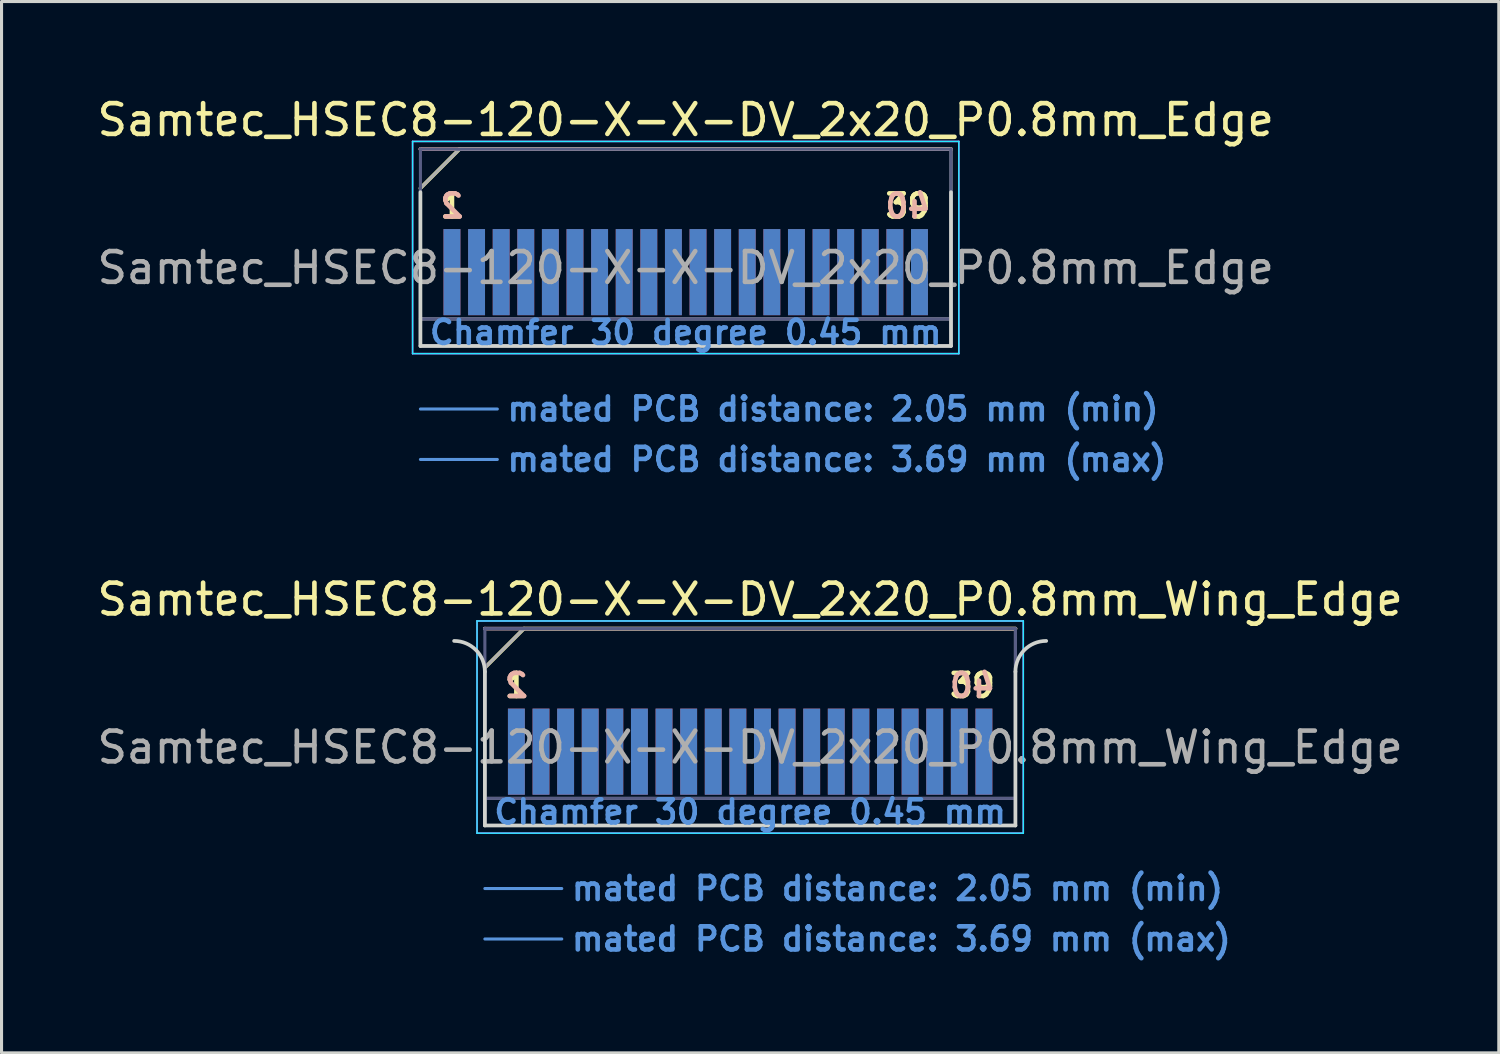
<source format=kicad_pcb>
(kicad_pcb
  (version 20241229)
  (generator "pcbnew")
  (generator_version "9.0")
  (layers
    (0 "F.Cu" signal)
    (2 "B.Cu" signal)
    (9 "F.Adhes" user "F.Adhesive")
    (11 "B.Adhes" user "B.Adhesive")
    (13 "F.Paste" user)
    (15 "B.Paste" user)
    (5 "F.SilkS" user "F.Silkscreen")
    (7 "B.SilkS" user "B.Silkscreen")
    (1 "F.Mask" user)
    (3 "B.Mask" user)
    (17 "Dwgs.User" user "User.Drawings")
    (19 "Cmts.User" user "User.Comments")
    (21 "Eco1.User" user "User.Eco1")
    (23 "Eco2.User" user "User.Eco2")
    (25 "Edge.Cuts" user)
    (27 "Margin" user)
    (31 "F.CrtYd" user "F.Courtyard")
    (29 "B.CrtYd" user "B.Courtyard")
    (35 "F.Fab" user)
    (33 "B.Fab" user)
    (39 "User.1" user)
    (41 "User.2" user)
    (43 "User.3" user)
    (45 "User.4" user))
  (footprint "Samtec_HSEC8-120-X-X-DV_2x20_P0.8mm_Wing_Edge"
    (layer "F.Cu")
    (at 21.339 23.788)
    (property "Reference" "Samtec_HSEC8-120-X-X-DV_2x20_P0.8mm_Wing_Edge" (at 0 -7.35 0) (layer "F.SilkS") (effects (font (size 1 1) (thickness 0.15))))
    (attr exclude_from_pos_files exclude_from_bom)
    (fp_line (start -8.625 -5.13) (end -7.355 -6.4) (stroke (width 0.12) (type solid)) (layer "F.SilkS"))
    (fp_line (start -7.355 -6.4) (end 8.625 -6.4) (stroke (width 0.12) (type solid)) (layer "F.SilkS"))
    (fp_line (start -8.625 -6.4) (end -8.625 -6.4) (stroke (width 0.12) (type solid)) (layer "B.SilkS"))
    (fp_line (start -8.625 -6.4) (end 8.625 -6.4) (stroke (width 0.12) (type solid)) (layer "B.SilkS"))
    (fp_line (start -8.625 2.05) (end -6.125 2.05) (stroke (width 0.1) (type solid)) (layer "Cmts.User"))
    (fp_line (start -8.625 3.69) (end -6.125 3.69) (stroke (width 0.1) (type solid)) (layer "Cmts.User"))
    (fp_line (start -8.625 -5) (end -8.625 0) (stroke (width 0.12) (type solid)) (layer "Edge.Cuts"))
    (fp_line (start -8.625 0) (end 8.625 0) (stroke (width 0.12) (type solid)) (layer "Edge.Cuts"))
    (fp_line (start 8.625 0) (end 8.625 -5) (stroke (width 0.12) (type solid)) (layer "Edge.Cuts"))
    (fp_arc (start -9.625 -6) (mid -8.917893 -5.707107) (end -8.625 -5) (stroke (width 0.12) (type solid)) (layer "Edge.Cuts"))
    (fp_arc (start 8.625 -5) (mid 8.917893 -5.707107) (end 9.625 -6) (stroke (width 0.12) (type solid)) (layer "Edge.Cuts"))
    (fp_line (start -8.88 -6.65) (end -8.88 0.25) (stroke (width 0.05) (type solid)) (layer "B.CrtYd"))
    (fp_line (start -8.88 0.25) (end 8.88 0.25) (stroke (width 0.05) (type solid)) (layer "B.CrtYd"))
    (fp_line (start 8.88 -6.65) (end -8.88 -6.65) (stroke (width 0.05) (type solid)) (layer "B.CrtYd"))
    (fp_line (start 8.88 0.25) (end 8.88 -6.65) (stroke (width 0.05) (type solid)) (layer "B.CrtYd"))
    (fp_line (start -8.88 -6.65) (end -8.88 0.25) (stroke (width 0.05) (type solid)) (layer "F.CrtYd"))
    (fp_line (start -8.88 0.25) (end 8.88 0.25) (stroke (width 0.05) (type solid)) (layer "F.CrtYd"))
    (fp_line (start 8.88 -6.65) (end -8.88 -6.65) (stroke (width 0.05) (type solid)) (layer "F.CrtYd"))
    (fp_line (start 8.88 0.25) (end 8.88 -6.65) (stroke (width 0.05) (type solid)) (layer "F.CrtYd"))
    (fp_line (start -8.625 -6.4) (end -8.625 -6.4) (stroke (width 0.1) (type solid)) (layer "B.Fab"))
    (fp_line (start -8.625 -6.4) (end -8.625 0) (stroke (width 0.1) (type solid)) (layer "B.Fab"))
    (fp_line (start -8.625 -6.4) (end 8.625 -6.4) (stroke (width 0.1) (type solid)) (layer "B.Fab"))
    (fp_line (start -8.625 -0.88) (end 8.625 -0.88) (stroke (width 0.1) (type solid)) (layer "B.Fab"))
    (fp_line (start -8.625 0) (end 8.625 0) (stroke (width 0.1) (type solid)) (layer "B.Fab"))
    (fp_line (start 8.625 -6.4) (end 8.625 0) (stroke (width 0.1) (type solid)) (layer "B.Fab"))
    (fp_line (start -8.625 -5.13) (end -8.625 0) (stroke (width 0.1) (type solid)) (layer "F.Fab"))
    (fp_line (start -8.625 -5.13) (end -7.355 -6.4) (stroke (width 0.1) (type solid)) (layer "F.Fab"))
    (fp_line (start -8.625 -0.88) (end 8.625 -0.88) (stroke (width 0.1) (type solid)) (layer "F.Fab"))
    (fp_line (start -8.625 0) (end 8.625 0) (stroke (width 0.1) (type solid)) (layer "F.Fab"))
    (fp_line (start -7.355 -6.4) (end 8.625 -6.4) (stroke (width 0.1) (type solid)) (layer "F.Fab"))
    (fp_line (start 8.625 -6.4) (end 8.625 0) (stroke (width 0.1) (type solid)) (layer "F.Fab"))
    (fp_text user "39" (at 7.225 -4.55 0) (layer "F.SilkS") (effects (font (size 0.75 0.75) (thickness 0.15))))
    (fp_text user "1" (at -7.6 -4.55 0) (layer "F.SilkS") (effects (font (size 0.75 0.75) (thickness 0.15))))
    (fp_text user "40" (at 7.225 -4.55 0) (layer "B.SilkS") (effects (font (size 0.75 0.75) (thickness 0.15)) (justify mirror)))
    (fp_text user "2" (at -7.6 -4.55 0) (layer "B.SilkS") (effects (font (size 0.75 0.75) (thickness 0.15)) (justify mirror)))
    (fp_text user "mated PCB distance: 3.69 mm (max)" (at -5.88 3.69 0) (layer "Cmts.User") (effects (font (size 0.75 0.75) (thickness 0.15)) (justify left)))
    (fp_text user "mated PCB distance: 2.05 mm (min)" (at -5.88 2.05 0) (layer "Cmts.User") (effects (font (size 0.75 0.75) (thickness 0.15)) (justify left)))
    (fp_text user "Chamfer 30 degree 0.45 mm" (at 0 -0.44 0) (layer "Cmts.User") (effects (font (size 0.75 0.75) (thickness 0.15))))
    (fp_text user "${REFERENCE}" (at 0 -2.54 0) (layer "F.Fab") (effects (font (size 1 1) (thickness 0.15))))
    (pad "1" connect rect (at -7.6 -2.4) (size 0.55 2.8) (layers "F.Cu" "F.Mask"))
    (pad "2" connect rect (at -7.6 -2.4) (size 0.55 2.8) (layers "B.Cu" "B.Mask"))
    (pad "3" connect rect (at -6.8 -2.4) (size 0.55 2.8) (layers "F.Cu" "F.Mask"))
    (pad "4" connect rect (at -6.8 -2.4) (size 0.55 2.8) (layers "B.Cu" "B.Mask"))
    (pad "5" connect rect (at -6 -2.4) (size 0.55 2.8) (layers "F.Cu" "F.Mask"))
    (pad "6" connect rect (at -6 -2.4) (size 0.55 2.8) (layers "B.Cu" "B.Mask"))
    (pad "7" connect rect (at -5.2 -2.4) (size 0.55 2.8) (layers "F.Cu" "F.Mask"))
    (pad "8" connect rect (at -5.2 -2.4) (size 0.55 2.8) (layers "B.Cu" "B.Mask"))
    (pad "9" connect rect (at -4.4 -2.4) (size 0.55 2.8) (layers "F.Cu" "F.Mask"))
    (pad "10" connect rect (at -4.4 -2.4) (size 0.55 2.8) (layers "B.Cu" "B.Mask"))
    (pad "11" connect rect (at -3.6 -2.4) (size 0.55 2.8) (layers "F.Cu" "F.Mask"))
    (pad "12" connect rect (at -3.6 -2.4) (size 0.55 2.8) (layers "B.Cu" "B.Mask"))
    (pad "13" connect rect (at -2.8 -2.4) (size 0.55 2.8) (layers "F.Cu" "F.Mask"))
    (pad "14" connect rect (at -2.8 -2.4) (size 0.55 2.8) (layers "B.Cu" "B.Mask"))
    (pad "15" connect rect (at -2 -2.4) (size 0.55 2.8) (layers "F.Cu" "F.Mask"))
    (pad "16" connect rect (at -2 -2.4) (size 0.55 2.8) (layers "B.Cu" "B.Mask"))
    (pad "17" connect rect (at -1.2 -2.4) (size 0.55 2.8) (layers "F.Cu" "F.Mask"))
    (pad "18" connect rect (at -1.2 -2.4) (size 0.55 2.8) (layers "B.Cu" "B.Mask"))
    (pad "19" connect rect (at -0.4 -2.4) (size 0.55 2.8) (layers "F.Cu" "F.Mask"))
    (pad "20" connect rect (at -0.4 -2.4) (size 0.55 2.8) (layers "B.Cu" "B.Mask"))
    (pad "21" connect rect (at 0.4 -2.4) (size 0.55 2.8) (layers "F.Cu" "F.Mask"))
    (pad "22" connect rect (at 0.4 -2.4) (size 0.55 2.8) (layers "B.Cu" "B.Mask"))
    (pad "23" connect rect (at 1.2 -2.4) (size 0.55 2.8) (layers "F.Cu" "F.Mask"))
    (pad "24" connect rect (at 1.2 -2.4) (size 0.55 2.8) (layers "B.Cu" "B.Mask"))
    (pad "25" connect rect (at 2 -2.4) (size 0.55 2.8) (layers "F.Cu" "F.Mask"))
    (pad "26" connect rect (at 2 -2.4) (size 0.55 2.8) (layers "B.Cu" "B.Mask"))
    (pad "27" connect rect (at 2.8 -2.4) (size 0.55 2.8) (layers "F.Cu" "F.Mask"))
    (pad "28" connect rect (at 2.8 -2.4) (size 0.55 2.8) (layers "B.Cu" "B.Mask"))
    (pad "29" connect rect (at 3.6 -2.4) (size 0.55 2.8) (layers "F.Cu" "F.Mask"))
    (pad "30" connect rect (at 3.6 -2.4) (size 0.55 2.8) (layers "B.Cu" "B.Mask"))
    (pad "31" connect rect (at 4.4 -2.4) (size 0.55 2.8) (layers "F.Cu" "F.Mask"))
    (pad "32" connect rect (at 4.4 -2.4) (size 0.55 2.8) (layers "B.Cu" "B.Mask"))
    (pad "33" connect rect (at 5.2 -2.4) (size 0.55 2.8) (layers "F.Cu" "F.Mask"))
    (pad "34" connect rect (at 5.2 -2.4) (size 0.55 2.8) (layers "B.Cu" "B.Mask"))
    (pad "35" connect rect (at 6 -2.4) (size 0.55 2.8) (layers "F.Cu" "F.Mask"))
    (pad "36" connect rect (at 6 -2.4) (size 0.55 2.8) (layers "B.Cu" "B.Mask"))
    (pad "37" connect rect (at 6.8 -2.4) (size 0.55 2.8) (layers "F.Cu" "F.Mask"))
    (pad "38" connect rect (at 6.8 -2.4) (size 0.55 2.8) (layers "B.Cu" "B.Mask"))
    (pad "39" connect rect (at 7.6 -2.4) (size 0.55 2.8) (layers "F.Cu" "F.Mask"))
    (pad "40" connect rect (at 7.6 -2.4) (size 0.55 2.8) (layers "B.Cu" "B.Mask")))
  (footprint "Samtec_HSEC8-120-X-X-DV_2x20_P0.8mm_Edge"
    (layer "F.Cu")
    (at 19.244 8.198)
    (property "Reference" "Samtec_HSEC8-120-X-X-DV_2x20_P0.8mm_Edge" (at 0 -7.35 0) (layer "F.SilkS") (effects (font (size 1 1) (thickness 0.15))))
    (attr exclude_from_pos_files exclude_from_bom)
    (fp_line (start -8.625 -5.13) (end -7.355 -6.4) (stroke (width 0.12) (type solid)) (layer "F.SilkS"))
    (fp_line (start -7.355 -6.4) (end 8.625 -6.4) (stroke (width 0.12) (type solid)) (layer "F.SilkS"))
    (fp_line (start -8.625 -6.4) (end -8.625 -6.4) (stroke (width 0.12) (type solid)) (layer "B.SilkS"))
    (fp_line (start -8.625 -6.4) (end 8.625 -6.4) (stroke (width 0.12) (type solid)) (layer "B.SilkS"))
    (fp_line (start -8.625 2.05) (end -6.125 2.05) (stroke (width 0.1) (type solid)) (layer "Cmts.User"))
    (fp_line (start -8.625 3.69) (end -6.125 3.69) (stroke (width 0.1) (type solid)) (layer "Cmts.User"))
    (fp_line (start -8.625 -5) (end -8.625 0) (stroke (width 0.12) (type solid)) (layer "Edge.Cuts"))
    (fp_line (start -8.625 0) (end 8.625 0) (stroke (width 0.12) (type solid)) (layer "Edge.Cuts"))
    (fp_line (start 8.625 0) (end 8.625 -5) (stroke (width 0.12) (type solid)) (layer "Edge.Cuts"))
    (fp_line (start -8.88 -6.65) (end -8.88 0.25) (stroke (width 0.05) (type solid)) (layer "B.CrtYd"))
    (fp_line (start -8.88 0.25) (end 8.88 0.25) (stroke (width 0.05) (type solid)) (layer "B.CrtYd"))
    (fp_line (start 8.88 -6.65) (end -8.88 -6.65) (stroke (width 0.05) (type solid)) (layer "B.CrtYd"))
    (fp_line (start 8.88 0.25) (end 8.88 -6.65) (stroke (width 0.05) (type solid)) (layer "B.CrtYd"))
    (fp_line (start -8.88 -6.65) (end -8.88 0.25) (stroke (width 0.05) (type solid)) (layer "F.CrtYd"))
    (fp_line (start -8.88 0.25) (end 8.88 0.25) (stroke (width 0.05) (type solid)) (layer "F.CrtYd"))
    (fp_line (start 8.88 -6.65) (end -8.88 -6.65) (stroke (width 0.05) (type solid)) (layer "F.CrtYd"))
    (fp_line (start 8.88 0.25) (end 8.88 -6.65) (stroke (width 0.05) (type solid)) (layer "F.CrtYd"))
    (fp_line (start -8.625 -6.4) (end -8.625 -6.4) (stroke (width 0.1) (type solid)) (layer "B.Fab"))
    (fp_line (start -8.625 -6.4) (end -8.625 0) (stroke (width 0.1) (type solid)) (layer "B.Fab"))
    (fp_line (start -8.625 -6.4) (end 8.625 -6.4) (stroke (width 0.1) (type solid)) (layer "B.Fab"))
    (fp_line (start -8.625 -0.88) (end 8.625 -0.88) (stroke (width 0.1) (type solid)) (layer "B.Fab"))
    (fp_line (start -8.625 0) (end 8.625 0) (stroke (width 0.1) (type solid)) (layer "B.Fab"))
    (fp_line (start 8.625 -6.4) (end 8.625 0) (stroke (width 0.1) (type solid)) (layer "B.Fab"))
    (fp_line (start -8.625 -5.13) (end -8.625 0) (stroke (width 0.1) (type solid)) (layer "F.Fab"))
    (fp_line (start -8.625 -5.13) (end -7.355 -6.4) (stroke (width 0.1) (type solid)) (layer "F.Fab"))
    (fp_line (start -8.625 -0.88) (end 8.625 -0.88) (stroke (width 0.1) (type solid)) (layer "F.Fab"))
    (fp_line (start -8.625 0) (end 8.625 0) (stroke (width 0.1) (type solid)) (layer "F.Fab"))
    (fp_line (start -7.355 -6.4) (end 8.625 -6.4) (stroke (width 0.1) (type solid)) (layer "F.Fab"))
    (fp_line (start 8.625 -6.4) (end 8.625 0) (stroke (width 0.1) (type solid)) (layer "F.Fab"))
    (fp_text user "39" (at 7.225 -4.55 0) (layer "F.SilkS") (effects (font (size 0.75 0.75) (thickness 0.15))))
    (fp_text user "1" (at -7.6 -4.55 0) (layer "F.SilkS") (effects (font (size 0.75 0.75) (thickness 0.15))))
    (fp_text user "40" (at 7.225 -4.55 0) (layer "B.SilkS") (effects (font (size 0.75 0.75) (thickness 0.15)) (justify mirror)))
    (fp_text user "2" (at -7.6 -4.55 0) (layer "B.SilkS") (effects (font (size 0.75 0.75) (thickness 0.15)) (justify mirror)))
    (fp_text user "mated PCB distance: 2.05 mm (min)" (at -5.88 2.05 0) (layer "Cmts.User") (effects (font (size 0.75 0.75) (thickness 0.15)) (justify left)))
    (fp_text user "mated PCB distance: 3.69 mm (max)" (at -5.88 3.69 0) (layer "Cmts.User") (effects (font (size 0.75 0.75) (thickness 0.15)) (justify left)))
    (fp_text user "Chamfer 30 degree 0.45 mm" (at 0 -0.44 0) (layer "Cmts.User") (effects (font (size 0.75 0.75) (thickness 0.15))))
    (fp_text user "${REFERENCE}" (at 0 -2.54 0) (layer "F.Fab") (effects (font (size 1 1) (thickness 0.15))))
    (pad "1" connect rect (at -7.6 -2.4) (size 0.55 2.8) (layers "F.Cu" "F.Mask"))
    (pad "2" connect rect (at -7.6 -2.4) (size 0.55 2.8) (layers "B.Cu" "B.Mask"))
    (pad "3" connect rect (at -6.8 -2.4) (size 0.55 2.8) (layers "F.Cu" "F.Mask"))
    (pad "4" connect rect (at -6.8 -2.4) (size 0.55 2.8) (layers "B.Cu" "B.Mask"))
    (pad "5" connect rect (at -6 -2.4) (size 0.55 2.8) (layers "F.Cu" "F.Mask"))
    (pad "6" connect rect (at -6 -2.4) (size 0.55 2.8) (layers "B.Cu" "B.Mask"))
    (pad "7" connect rect (at -5.2 -2.4) (size 0.55 2.8) (layers "F.Cu" "F.Mask"))
    (pad "8" connect rect (at -5.2 -2.4) (size 0.55 2.8) (layers "B.Cu" "B.Mask"))
    (pad "9" connect rect (at -4.4 -2.4) (size 0.55 2.8) (layers "F.Cu" "F.Mask"))
    (pad "10" connect rect (at -4.4 -2.4) (size 0.55 2.8) (layers "B.Cu" "B.Mask"))
    (pad "11" connect rect (at -3.6 -2.4) (size 0.55 2.8) (layers "F.Cu" "F.Mask"))
    (pad "12" connect rect (at -3.6 -2.4) (size 0.55 2.8) (layers "B.Cu" "B.Mask"))
    (pad "13" connect rect (at -2.8 -2.4) (size 0.55 2.8) (layers "F.Cu" "F.Mask"))
    (pad "14" connect rect (at -2.8 -2.4) (size 0.55 2.8) (layers "B.Cu" "B.Mask"))
    (pad "15" connect rect (at -2 -2.4) (size 0.55 2.8) (layers "F.Cu" "F.Mask"))
    (pad "16" connect rect (at -2 -2.4) (size 0.55 2.8) (layers "B.Cu" "B.Mask"))
    (pad "17" connect rect (at -1.2 -2.4) (size 0.55 2.8) (layers "F.Cu" "F.Mask"))
    (pad "18" connect rect (at -1.2 -2.4) (size 0.55 2.8) (layers "B.Cu" "B.Mask"))
    (pad "19" connect rect (at -0.4 -2.4) (size 0.55 2.8) (layers "F.Cu" "F.Mask"))
    (pad "20" connect rect (at -0.4 -2.4) (size 0.55 2.8) (layers "B.Cu" "B.Mask"))
    (pad "21" connect rect (at 0.4 -2.4) (size 0.55 2.8) (layers "F.Cu" "F.Mask"))
    (pad "22" connect rect (at 0.4 -2.4) (size 0.55 2.8) (layers "B.Cu" "B.Mask"))
    (pad "23" connect rect (at 1.2 -2.4) (size 0.55 2.8) (layers "F.Cu" "F.Mask"))
    (pad "24" connect rect (at 1.2 -2.4) (size 0.55 2.8) (layers "B.Cu" "B.Mask"))
    (pad "25" connect rect (at 2 -2.4) (size 0.55 2.8) (layers "F.Cu" "F.Mask"))
    (pad "26" connect rect (at 2 -2.4) (size 0.55 2.8) (layers "B.Cu" "B.Mask"))
    (pad "27" connect rect (at 2.8 -2.4) (size 0.55 2.8) (layers "F.Cu" "F.Mask"))
    (pad "28" connect rect (at 2.8 -2.4) (size 0.55 2.8) (layers "B.Cu" "B.Mask"))
    (pad "29" connect rect (at 3.6 -2.4) (size 0.55 2.8) (layers "F.Cu" "F.Mask"))
    (pad "30" connect rect (at 3.6 -2.4) (size 0.55 2.8) (layers "B.Cu" "B.Mask"))
    (pad "31" connect rect (at 4.4 -2.4) (size 0.55 2.8) (layers "F.Cu" "F.Mask"))
    (pad "32" connect rect (at 4.4 -2.4) (size 0.55 2.8) (layers "B.Cu" "B.Mask"))
    (pad "33" connect rect (at 5.2 -2.4) (size 0.55 2.8) (layers "F.Cu" "F.Mask"))
    (pad "34" connect rect (at 5.2 -2.4) (size 0.55 2.8) (layers "B.Cu" "B.Mask"))
    (pad "35" connect rect (at 6 -2.4) (size 0.55 2.8) (layers "F.Cu" "F.Mask"))
    (pad "36" connect rect (at 6 -2.4) (size 0.55 2.8) (layers "B.Cu" "B.Mask"))
    (pad "37" connect rect (at 6.8 -2.4) (size 0.55 2.8) (layers "F.Cu" "F.Mask"))
    (pad "38" connect rect (at 6.8 -2.4) (size 0.55 2.8) (layers "B.Cu" "B.Mask"))
    (pad "39" connect rect (at 7.6 -2.4) (size 0.55 2.8) (layers "F.Cu" "F.Mask"))
    (pad "40" connect rect (at 7.6 -2.4) (size 0.55 2.8) (layers "B.Cu" "B.Mask")))
  (gr_rect
    (start -3 -3)
    (end 45.679 31.18)
    (stroke (width 0.1) (type default))
    (fill no)
    (layer "Edge.Cuts")))
</source>
